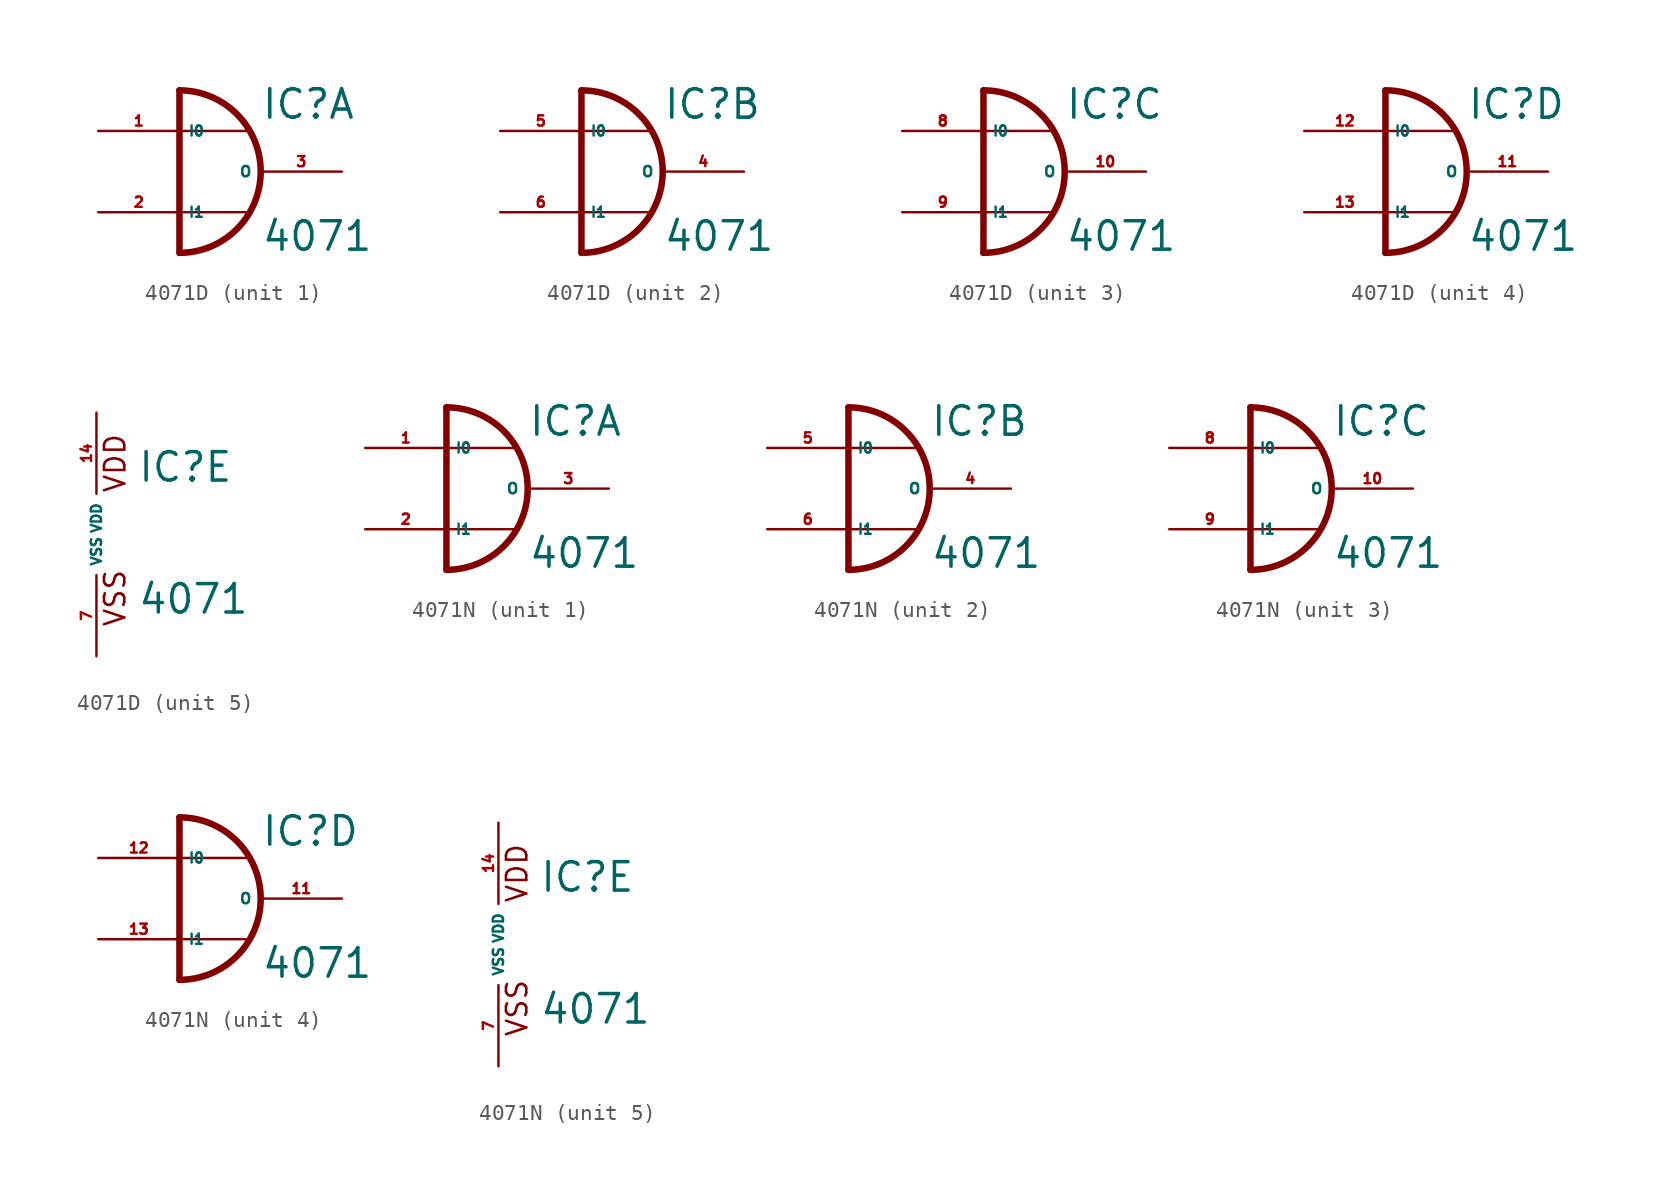
<source format=kicad_sym>
(kicad_symbol_lib
  (version 20220914)
  (generator Eagle2Kicad)
  (symbol "4071D"
    (property "Reference" "IC"
      (at 2.54 3.175 0)
      (effects (font (size 1.778 1.778) (thickness 0.22)) (justify left bottom)))
    (property "Value" "4071"
      (at 2.54 -5.08 0)
      (effects (font (size 1.778 1.778) (thickness 0.22)) (justify left bottom)))
    (symbol "4071D_1_0"
      (arc (start -2.54 -5.08) (mid 2.540 0.000) (end -2.54 5.08) (stroke (width 0.4064) (type default)) (fill (type none)))
      (polyline (pts (xy 1.778 2.54) (xy -2.54 2.54)) (stroke (width 0.152) (type default)) (fill (type none)))
      (polyline (pts (xy 1.778 -2.54) (xy -2.54 -2.54)) (stroke (width 0.152) (type default)) (fill (type none)))
      (polyline (pts (xy -2.54 5.08) (xy -2.54 -5.08)) (stroke (width 0.406) (type default)) (fill (type none)))
      (pin input line (at -7.62 2.54 0) (length 5.08) (name "I0" (effects (font (size 0.635 0.635) (thickness 0.08)) (justify left bottom))) (number "1" (effects (font (size 0.635 0.635) (thickness 0.08)) (justify left bottom))))
      (pin input line (at -7.62 -2.54 0) (length 5.08) (name "I1" (effects (font (size 0.635 0.635) (thickness 0.08)) (justify left bottom))) (number "2" (effects (font (size 0.635 0.635) (thickness 0.08)) (justify left bottom))))
      (pin output line (at 7.62 0 180) (length 5.08) (name "O" (effects (font (size 0.635 0.635) (thickness 0.08)) (justify left bottom))) (number "3" (effects (font (size 0.635 0.635) (thickness 0.08)) (justify left bottom)))))
    (symbol "4071D_2_0"
      (arc (start -2.54 -5.08) (mid 2.540 0.000) (end -2.54 5.08) (stroke (width 0.4064) (type default)) (fill (type none)))
      (polyline (pts (xy 1.778 2.54) (xy -2.54 2.54)) (stroke (width 0.152) (type default)) (fill (type none)))
      (polyline (pts (xy 1.778 -2.54) (xy -2.54 -2.54)) (stroke (width 0.152) (type default)) (fill (type none)))
      (polyline (pts (xy -2.54 5.08) (xy -2.54 -5.08)) (stroke (width 0.406) (type default)) (fill (type none)))
      (pin input line (at -7.62 2.54 0) (length 5.08) (name "I0" (effects (font (size 0.635 0.635) (thickness 0.08)) (justify left bottom))) (number "5" (effects (font (size 0.635 0.635) (thickness 0.08)) (justify left bottom))))
      (pin input line (at -7.62 -2.54 0) (length 5.08) (name "I1" (effects (font (size 0.635 0.635) (thickness 0.08)) (justify left bottom))) (number "6" (effects (font (size 0.635 0.635) (thickness 0.08)) (justify left bottom))))
      (pin output line (at 7.62 0 180) (length 5.08) (name "O" (effects (font (size 0.635 0.635) (thickness 0.08)) (justify left bottom))) (number "4" (effects (font (size 0.635 0.635) (thickness 0.08)) (justify left bottom)))))
    (symbol "4071D_3_0"
      (arc (start -2.54 -5.08) (mid 2.540 0.000) (end -2.54 5.08) (stroke (width 0.4064) (type default)) (fill (type none)))
      (polyline (pts (xy 1.778 2.54) (xy -2.54 2.54)) (stroke (width 0.152) (type default)) (fill (type none)))
      (polyline (pts (xy 1.778 -2.54) (xy -2.54 -2.54)) (stroke (width 0.152) (type default)) (fill (type none)))
      (polyline (pts (xy -2.54 5.08) (xy -2.54 -5.08)) (stroke (width 0.406) (type default)) (fill (type none)))
      (pin input line (at -7.62 2.54 0) (length 5.08) (name "I0" (effects (font (size 0.635 0.635) (thickness 0.08)) (justify left bottom))) (number "8" (effects (font (size 0.635 0.635) (thickness 0.08)) (justify left bottom))))
      (pin input line (at -7.62 -2.54 0) (length 5.08) (name "I1" (effects (font (size 0.635 0.635) (thickness 0.08)) (justify left bottom))) (number "9" (effects (font (size 0.635 0.635) (thickness 0.08)) (justify left bottom))))
      (pin output line (at 7.62 0 180) (length 5.08) (name "O" (effects (font (size 0.635 0.635) (thickness 0.08)) (justify left bottom))) (number "10" (effects (font (size 0.635 0.635) (thickness 0.08)) (justify left bottom)))))
    (symbol "4071D_4_0"
      (arc (start -2.54 -5.08) (mid 2.540 0.000) (end -2.54 5.08) (stroke (width 0.4064) (type default)) (fill (type none)))
      (polyline (pts (xy 1.778 2.54) (xy -2.54 2.54)) (stroke (width 0.152) (type default)) (fill (type none)))
      (polyline (pts (xy 1.778 -2.54) (xy -2.54 -2.54)) (stroke (width 0.152) (type default)) (fill (type none)))
      (polyline (pts (xy -2.54 5.08) (xy -2.54 -5.08)) (stroke (width 0.406) (type default)) (fill (type none)))
      (pin input line (at -7.62 2.54 0) (length 5.08) (name "I0" (effects (font (size 0.635 0.635) (thickness 0.08)) (justify left bottom))) (number "12" (effects (font (size 0.635 0.635) (thickness 0.08)) (justify left bottom))))
      (pin input line (at -7.62 -2.54 0) (length 5.08) (name "I1" (effects (font (size 0.635 0.635) (thickness 0.08)) (justify left bottom))) (number "13" (effects (font (size 0.635 0.635) (thickness 0.08)) (justify left bottom))))
      (pin output line (at 7.62 0 180) (length 5.08) (name "O" (effects (font (size 0.635 0.635) (thickness 0.08)) (justify left bottom))) (number "11" (effects (font (size 0.635 0.635) (thickness 0.08)) (justify left bottom)))))
    (symbol "4071D_5_0"
      (text "VDD" (at 1.905 2.54 900) (effects (font (size 1.27 1.27) (thickness 0.16)) (justify left bottom)))
      (text "VSS" (at 1.905 -5.842 900) (effects (font (size 1.27 1.27) (thickness 0.16)) (justify left bottom)))
      (pin unspecified line (at 0 -7.62 90) (length 5.08) (name "VSS" (effects (font (size 0.635 0.635) (thickness 0.08)) (justify left bottom))) (number "7" (effects (font (size 0.635 0.635) (thickness 0.08)) (justify left bottom))))
      (pin unspecified line (at 0 7.62 270) (length 5.08) (name "VDD" (effects (font (size 0.635 0.635) (thickness 0.08)) (justify left bottom))) (number "14" (effects (font (size 0.635 0.635) (thickness 0.08)) (justify left bottom))))))
  (symbol "4071N"
    (property "Reference" "IC"
      (at 2.54 3.175 0)
      (effects (font (size 1.778 1.778) (thickness 0.22)) (justify left bottom)))
    (property "Value" "4071"
      (at 2.54 -5.08 0)
      (effects (font (size 1.778 1.778) (thickness 0.22)) (justify left bottom)))
    (symbol "4071N_1_0"
      (arc (start -2.54 -5.08) (mid 2.540 0.000) (end -2.54 5.08) (stroke (width 0.4064) (type default)) (fill (type none)))
      (polyline (pts (xy 1.778 2.54) (xy -2.54 2.54)) (stroke (width 0.152) (type default)) (fill (type none)))
      (polyline (pts (xy 1.778 -2.54) (xy -2.54 -2.54)) (stroke (width 0.152) (type default)) (fill (type none)))
      (polyline (pts (xy -2.54 5.08) (xy -2.54 -5.08)) (stroke (width 0.406) (type default)) (fill (type none)))
      (pin input line (at -7.62 2.54 0) (length 5.08) (name "I0" (effects (font (size 0.635 0.635) (thickness 0.08)) (justify left bottom))) (number "1" (effects (font (size 0.635 0.635) (thickness 0.08)) (justify left bottom))))
      (pin input line (at -7.62 -2.54 0) (length 5.08) (name "I1" (effects (font (size 0.635 0.635) (thickness 0.08)) (justify left bottom))) (number "2" (effects (font (size 0.635 0.635) (thickness 0.08)) (justify left bottom))))
      (pin output line (at 7.62 0 180) (length 5.08) (name "O" (effects (font (size 0.635 0.635) (thickness 0.08)) (justify left bottom))) (number "3" (effects (font (size 0.635 0.635) (thickness 0.08)) (justify left bottom)))))
    (symbol "4071N_2_0"
      (arc (start -2.54 -5.08) (mid 2.540 0.000) (end -2.54 5.08) (stroke (width 0.4064) (type default)) (fill (type none)))
      (polyline (pts (xy 1.778 2.54) (xy -2.54 2.54)) (stroke (width 0.152) (type default)) (fill (type none)))
      (polyline (pts (xy 1.778 -2.54) (xy -2.54 -2.54)) (stroke (width 0.152) (type default)) (fill (type none)))
      (polyline (pts (xy -2.54 5.08) (xy -2.54 -5.08)) (stroke (width 0.406) (type default)) (fill (type none)))
      (pin input line (at -7.62 2.54 0) (length 5.08) (name "I0" (effects (font (size 0.635 0.635) (thickness 0.08)) (justify left bottom))) (number "5" (effects (font (size 0.635 0.635) (thickness 0.08)) (justify left bottom))))
      (pin input line (at -7.62 -2.54 0) (length 5.08) (name "I1" (effects (font (size 0.635 0.635) (thickness 0.08)) (justify left bottom))) (number "6" (effects (font (size 0.635 0.635) (thickness 0.08)) (justify left bottom))))
      (pin output line (at 7.62 0 180) (length 5.08) (name "O" (effects (font (size 0.635 0.635) (thickness 0.08)) (justify left bottom))) (number "4" (effects (font (size 0.635 0.635) (thickness 0.08)) (justify left bottom)))))
    (symbol "4071N_3_0"
      (arc (start -2.54 -5.08) (mid 2.540 0.000) (end -2.54 5.08) (stroke (width 0.4064) (type default)) (fill (type none)))
      (polyline (pts (xy 1.778 2.54) (xy -2.54 2.54)) (stroke (width 0.152) (type default)) (fill (type none)))
      (polyline (pts (xy 1.778 -2.54) (xy -2.54 -2.54)) (stroke (width 0.152) (type default)) (fill (type none)))
      (polyline (pts (xy -2.54 5.08) (xy -2.54 -5.08)) (stroke (width 0.406) (type default)) (fill (type none)))
      (pin input line (at -7.62 2.54 0) (length 5.08) (name "I0" (effects (font (size 0.635 0.635) (thickness 0.08)) (justify left bottom))) (number "8" (effects (font (size 0.635 0.635) (thickness 0.08)) (justify left bottom))))
      (pin input line (at -7.62 -2.54 0) (length 5.08) (name "I1" (effects (font (size 0.635 0.635) (thickness 0.08)) (justify left bottom))) (number "9" (effects (font (size 0.635 0.635) (thickness 0.08)) (justify left bottom))))
      (pin output line (at 7.62 0 180) (length 5.08) (name "O" (effects (font (size 0.635 0.635) (thickness 0.08)) (justify left bottom))) (number "10" (effects (font (size 0.635 0.635) (thickness 0.08)) (justify left bottom)))))
    (symbol "4071N_4_0"
      (arc (start -2.54 -5.08) (mid 2.540 0.000) (end -2.54 5.08) (stroke (width 0.4064) (type default)) (fill (type none)))
      (polyline (pts (xy 1.778 2.54) (xy -2.54 2.54)) (stroke (width 0.152) (type default)) (fill (type none)))
      (polyline (pts (xy 1.778 -2.54) (xy -2.54 -2.54)) (stroke (width 0.152) (type default)) (fill (type none)))
      (polyline (pts (xy -2.54 5.08) (xy -2.54 -5.08)) (stroke (width 0.406) (type default)) (fill (type none)))
      (pin input line (at -7.62 2.54 0) (length 5.08) (name "I0" (effects (font (size 0.635 0.635) (thickness 0.08)) (justify left bottom))) (number "12" (effects (font (size 0.635 0.635) (thickness 0.08)) (justify left bottom))))
      (pin input line (at -7.62 -2.54 0) (length 5.08) (name "I1" (effects (font (size 0.635 0.635) (thickness 0.08)) (justify left bottom))) (number "13" (effects (font (size 0.635 0.635) (thickness 0.08)) (justify left bottom))))
      (pin output line (at 7.62 0 180) (length 5.08) (name "O" (effects (font (size 0.635 0.635) (thickness 0.08)) (justify left bottom))) (number "11" (effects (font (size 0.635 0.635) (thickness 0.08)) (justify left bottom)))))
    (symbol "4071N_5_0"
      (text "VDD" (at 1.905 2.54 900) (effects (font (size 1.27 1.27) (thickness 0.16)) (justify left bottom)))
      (text "VSS" (at 1.905 -5.842 900) (effects (font (size 1.27 1.27) (thickness 0.16)) (justify left bottom)))
      (pin unspecified line (at 0 -7.62 90) (length 5.08) (name "VSS" (effects (font (size 0.635 0.635) (thickness 0.08)) (justify left bottom))) (number "7" (effects (font (size 0.635 0.635) (thickness 0.08)) (justify left bottom))))
      (pin unspecified line (at 0 7.62 270) (length 5.08) (name "VDD" (effects (font (size 0.635 0.635) (thickness 0.08)) (justify left bottom))) (number "14" (effects (font (size 0.635 0.635) (thickness 0.08)) (justify left bottom)))))))
</source>
